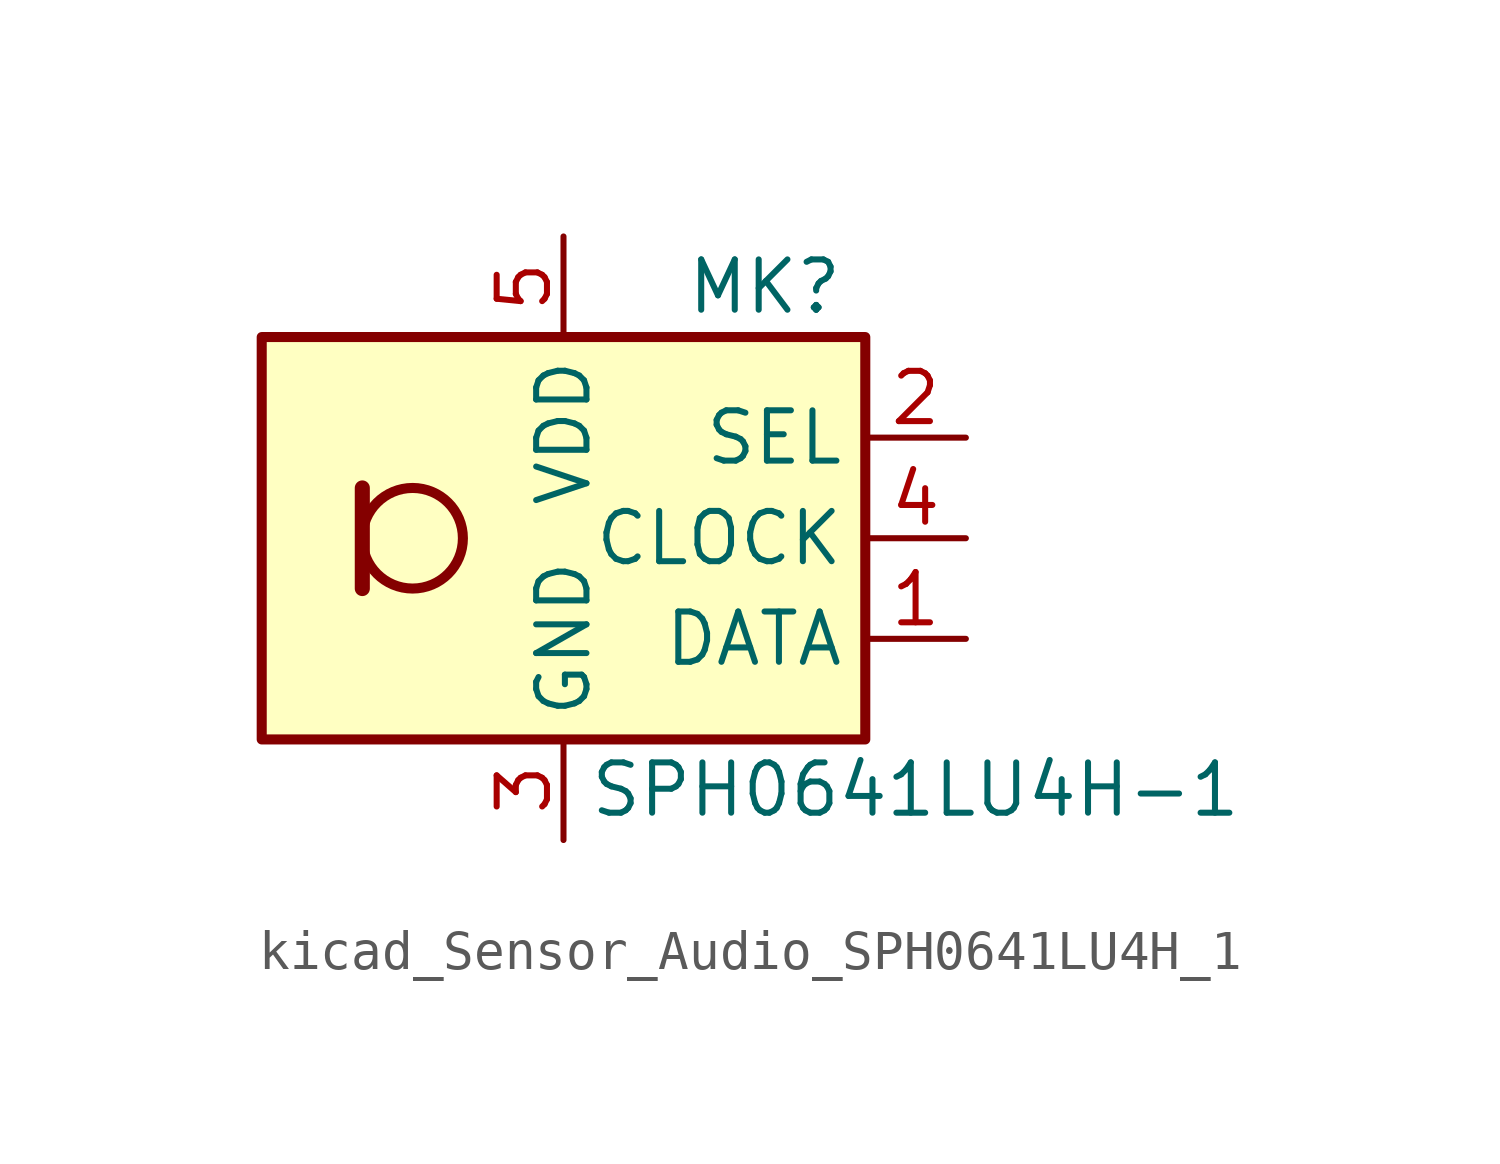
<source format=kicad_sym>
(kicad_symbol_lib
  (version 20220914)
  (generator kicad_symbol_editor)
  (symbol "kicad_Sensor_Audio_SPH0641LU4H_1"
    (property "Reference" "MK"
      (at 5.08 6.35 0)
      (effects (font (size 1.27 1.27))))
    (property "Value" "SPH0641LU4H-1"
      (at 8.89 -6.35 0)
      (effects (font (size 1.27 1.27))))
    (symbol "kicad_Sensor_Audio_SPH0641LU4H_1_1_1"
      (rectangle (start -7.62 5.08) (end 7.62 -5.08) (stroke (width 0.254) (type default)) (fill (type background)))
      (circle (center -3.81 0) (radius 1.27) (stroke (width 0.254) (type default)) (fill (type none)))
      (polyline (pts (xy -5.08 1.27) (xy -5.08 -1.27)) (stroke (width 0.381) (type default)) (fill (type none)))
      (pin output line (at 10.16 -2.54 180) (length 2.54) (name "DATA" (effects (font (size 1.27 1.27)))) (number "1" (effects (font (size 1.27 1.27)))))
      (pin input line (at 10.16 2.54 180) (length 2.54) (name "SEL" (effects (font (size 1.27 1.27)))) (number "2" (effects (font (size 1.27 1.27)))))
      (pin power_in line (at 0 -7.62 90) (length 2.54) (name "GND" (effects (font (size 1.27 1.27)))) (number "3" (effects (font (size 1.27 1.27)))))
      (pin input line (at 10.16 0 180) (length 2.54) (name "CLOCK" (effects (font (size 1.27 1.27)))) (number "4" (effects (font (size 1.27 1.27)))))
      (pin power_in line (at 0 7.62 270) (length 2.54) (name "VDD" (effects (font (size 1.27 1.27)))) (number "5" (effects (font (size 1.27 1.27))))))))
</source>
